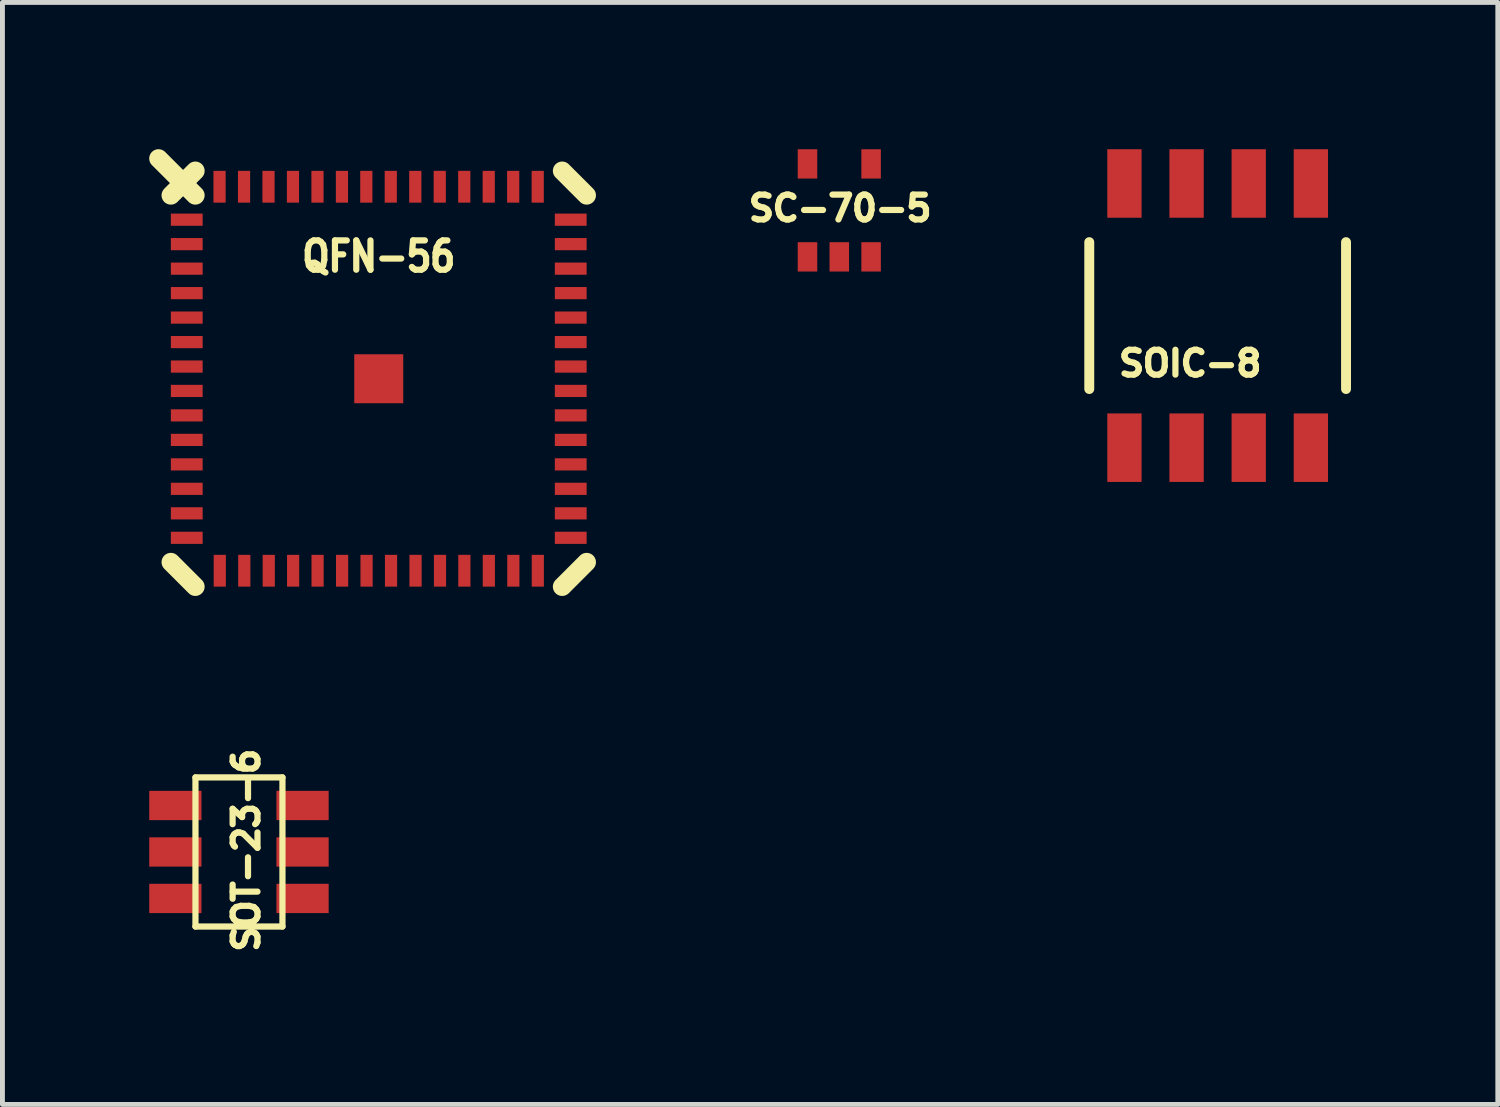
<source format=kicad_pcb>
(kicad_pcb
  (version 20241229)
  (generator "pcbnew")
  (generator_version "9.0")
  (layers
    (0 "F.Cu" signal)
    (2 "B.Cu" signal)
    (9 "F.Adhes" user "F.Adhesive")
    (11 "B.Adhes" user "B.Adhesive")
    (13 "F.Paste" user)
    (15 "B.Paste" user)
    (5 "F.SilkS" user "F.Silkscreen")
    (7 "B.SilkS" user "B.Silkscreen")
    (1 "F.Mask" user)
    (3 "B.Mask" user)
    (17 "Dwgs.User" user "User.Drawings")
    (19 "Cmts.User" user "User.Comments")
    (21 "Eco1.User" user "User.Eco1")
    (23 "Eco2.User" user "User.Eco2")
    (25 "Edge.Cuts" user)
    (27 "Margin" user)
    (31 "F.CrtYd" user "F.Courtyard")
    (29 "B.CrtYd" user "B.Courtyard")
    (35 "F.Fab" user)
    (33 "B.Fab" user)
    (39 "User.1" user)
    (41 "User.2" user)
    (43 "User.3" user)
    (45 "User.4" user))
  (footprint "SOT-23-6"
    (layer "F.Cu")
    (at 1.834 14.363)
    (property "Reference" "SOT-23-6" (at 0.15 -0.036 270) (layer "F.SilkS") (effects (font (size 0.508 0.508) (thickness 0.127))))
    (attr smd)
    (fp_line (start -0.889 -1.524) (end 0.889 -1.524) (stroke (width 0.127) (type solid)) (layer "F.SilkS"))
    (fp_line (start -0.889 1.524) (end -0.889 -1.524) (stroke (width 0.127) (type solid)) (layer "F.SilkS"))
    (fp_line (start 0.889 -1.524) (end 0.889 1.524) (stroke (width 0.127) (type solid)) (layer "F.SilkS"))
    (fp_line (start 0.889 1.524) (end -0.889 1.524) (stroke (width 0.127) (type solid)) (layer "F.SilkS"))
    (pad "1" smd rect (at -1.3 -0.95) (size 1.067 0.599) (layers "F.Cu" "F.Mask" "F.Paste"))
    (pad "2" smd rect (at -1.3 0) (size 1.067 0.599) (layers "F.Cu" "F.Mask" "F.Paste"))
    (pad "3" smd rect (at -1.3 0.95) (size 1.067 0.599) (layers "F.Cu" "F.Mask" "F.Paste"))
    (pad "4" smd rect (at 1.3 0.95) (size 1.067 0.599) (layers "F.Cu" "F.Mask" "F.Paste"))
    (pad "5" smd rect (at 1.3 0) (size 1.067 0.599) (layers "F.Cu" "F.Mask" "F.Paste"))
    (pad "6" smd rect (at 1.3 -0.95) (size 1.067 0.599) (layers "F.Cu" "F.Mask" "F.Paste")))
  (footprint "SC-70-5"
    (layer "F.Cu")
    (at 14.104 1.25)
    (property "Reference" "SC-70-5" (at 0.018 -0.043 0) (layer "F.SilkS") (effects (font (size 0.508 0.508) (thickness 0.127))))
    (attr through_hole)
    (pad "1" smd rect (at -0.65 0.95) (size 0.399 0.599) (layers "F.Cu" "F.Mask" "F.Paste"))
    (pad "2" smd rect (at 0 0.95) (size 0.399 0.599) (layers "F.Cu" "F.Mask" "F.Paste"))
    (pad "3" smd rect (at 0.65 0.95) (size 0.399 0.599) (layers "F.Cu" "F.Mask" "F.Paste"))
    (pad "4" smd rect (at 0.65 -0.95) (size 0.399 0.599) (layers "F.Cu" "F.Mask" "F.Paste"))
    (pad "5" smd rect (at -0.65 -0.95) (size 0.399 0.599) (layers "F.Cu" "F.Mask" "F.Paste")))
  (footprint "SOIC-8"
    (layer "F.Cu")
    (at 21.837 3.4)
    (property "Reference" "SOIC-8" (at -0.561 0.978 0) (layer "F.SilkS") (effects (font (size 0.508 0.508) (thickness 0.127))))
    (attr through_hole)
    (fp_line (start -2.624 -1.501) (end -2.624 1.501) (stroke (width 0.203) (type solid)) (layer "F.SilkS"))
    (fp_line (start 2.624 -1.501) (end 2.624 1.501) (stroke (width 0.203) (type solid)) (layer "F.SilkS"))
    (pad "1" smd rect (at -1.905 2.7) (size 0.701 1.4) (layers "F.Cu" "F.Mask" "F.Paste"))
    (pad "2" smd rect (at -0.635 2.7) (size 0.701 1.4) (layers "F.Cu" "F.Mask" "F.Paste"))
    (pad "3" smd rect (at 0.635 2.7) (size 0.701 1.4) (layers "F.Cu" "F.Mask" "F.Paste"))
    (pad "4" smd rect (at 1.905 2.7) (size 0.701 1.4) (layers "F.Cu" "F.Mask" "F.Paste"))
    (pad "5" smd rect (at 1.905 -2.7) (size 0.701 1.4) (layers "F.Cu" "F.Mask" "F.Paste"))
    (pad "6" smd rect (at 0.635 -2.7) (size 0.701 1.4) (layers "F.Cu" "F.Mask" "F.Paste"))
    (pad "7" smd rect (at -0.635 -2.7) (size 0.701 1.4) (layers "F.Cu" "F.Mask" "F.Paste"))
    (pad "8" smd rect (at -1.905 -2.7) (size 0.701 1.4) (layers "F.Cu" "F.Mask" "F.Paste")))
  (footprint "QFN-56"
    (layer "F.Cu")
    (at 4.691 4.691)
    (property "Reference" "QFN-56" (at 0 -2.499 0) (layer "F.SilkS") (effects (font (size 0.599 0.508) (thickness 0.127))))
    (attr through_hole)
    (fp_line (start -4.249 -3.749) (end -3.749 -4.249) (stroke (width 0.381) (type solid)) (layer "F.SilkS"))
    (fp_line (start -4.249 3.749) (end -3.749 4.249) (stroke (width 0.381) (type solid)) (layer "F.SilkS"))
    (fp_line (start -3.749 -3.749) (end -4.501 -4.501) (stroke (width 0.381) (type solid)) (layer "F.SilkS"))
    (fp_line (start 3.749 -4.249) (end 4.249 -3.749) (stroke (width 0.381) (type solid)) (layer "F.SilkS"))
    (fp_line (start 4.249 3.749) (end 3.749 4.249) (stroke (width 0.381) (type solid)) (layer "F.SilkS"))
    (pad "1" smd rect (at -3.924 -3.251) (size 0.65 0.249) (layers "F.Cu" "F.Mask" "F.Paste"))
    (pad "2" smd rect (at -3.924 -2.751) (size 0.65 0.249) (layers "F.Cu" "F.Mask" "F.Paste"))
    (pad "3" smd rect (at -3.924 -2.25) (size 0.65 0.249) (layers "F.Cu" "F.Mask" "F.Paste"))
    (pad "4" smd rect (at -3.924 -1.75) (size 0.65 0.249) (layers "F.Cu" "F.Mask" "F.Paste"))
    (pad "5" smd rect (at -3.924 -1.25) (size 0.65 0.249) (layers "F.Cu" "F.Mask" "F.Paste"))
    (pad "6" smd rect (at -3.924 -0.749) (size 0.65 0.249) (layers "F.Cu" "F.Mask" "F.Paste"))
    (pad "7" smd rect (at -3.924 -0.249) (size 0.65 0.249) (layers "F.Cu" "F.Mask" "F.Paste"))
    (pad "8" smd rect (at -3.924 0.249) (size 0.65 0.249) (layers "F.Cu" "F.Mask" "F.Paste"))
    (pad "9" smd rect (at -3.924 0.749) (size 0.65 0.249) (layers "F.Cu" "F.Mask" "F.Paste"))
    (pad "10" smd rect (at -3.924 1.25) (size 0.65 0.249) (layers "F.Cu" "F.Mask" "F.Paste"))
    (pad "11" smd rect (at -3.924 1.75) (size 0.65 0.249) (layers "F.Cu" "F.Mask" "F.Paste"))
    (pad "12" smd rect (at -3.924 2.25) (size 0.65 0.249) (layers "F.Cu" "F.Mask" "F.Paste"))
    (pad "13" smd rect (at -3.924 2.751) (size 0.65 0.249) (layers "F.Cu" "F.Mask" "F.Paste"))
    (pad "14" smd rect (at -3.924 3.251) (size 0.65 0.249) (layers "F.Cu" "F.Mask" "F.Paste"))
    (pad "15" smd rect (at -3.249 3.924) (size 0.249 0.65) (layers "F.Cu" "F.Mask" "F.Paste"))
    (pad "16" smd rect (at -2.748 3.924) (size 0.249 0.65) (layers "F.Cu" "F.Mask" "F.Paste"))
    (pad "17" smd rect (at -2.248 3.924) (size 0.249 0.65) (layers "F.Cu" "F.Mask" "F.Paste"))
    (pad "18" smd rect (at -1.75 3.924) (size 0.249 0.65) (layers "F.Cu" "F.Mask" "F.Paste"))
    (pad "19" smd rect (at -1.25 3.924) (size 0.249 0.65) (layers "F.Cu" "F.Mask" "F.Paste"))
    (pad "20" smd rect (at -0.749 3.924) (size 0.249 0.65) (layers "F.Cu" "F.Mask" "F.Paste"))
    (pad "21" smd rect (at -0.249 3.924) (size 0.249 0.65) (layers "F.Cu" "F.Mask" "F.Paste"))
    (pad "22" smd rect (at 0.251 3.924) (size 0.249 0.65) (layers "F.Cu" "F.Mask" "F.Paste"))
    (pad "23" smd rect (at 0.752 3.924) (size 0.249 0.65) (layers "F.Cu" "F.Mask" "F.Paste"))
    (pad "24" smd rect (at 1.252 3.924) (size 0.249 0.65) (layers "F.Cu" "F.Mask" "F.Paste"))
    (pad "25" smd rect (at 1.75 3.924) (size 0.249 0.65) (layers "F.Cu" "F.Mask" "F.Paste"))
    (pad "26" smd rect (at 2.25 3.924) (size 0.249 0.65) (layers "F.Cu" "F.Mask" "F.Paste"))
    (pad "27" smd rect (at 2.751 3.924) (size 0.249 0.65) (layers "F.Cu" "F.Mask" "F.Paste"))
    (pad "28" smd rect (at 3.251 3.924) (size 0.249 0.65) (layers "F.Cu" "F.Mask" "F.Paste"))
    (pad "29" smd rect (at 3.924 3.251) (size 0.65 0.249) (layers "F.Cu" "F.Mask" "F.Paste"))
    (pad "30" smd rect (at 3.924 2.751) (size 0.65 0.249) (layers "F.Cu" "F.Mask" "F.Paste"))
    (pad "31" smd rect (at 3.924 2.25) (size 0.65 0.249) (layers "F.Cu" "F.Mask" "F.Paste"))
    (pad "32" smd rect (at 3.924 1.75) (size 0.65 0.249) (layers "F.Cu" "F.Mask" "F.Paste"))
    (pad "33" smd rect (at 3.924 1.25) (size 0.65 0.249) (layers "F.Cu" "F.Mask" "F.Paste"))
    (pad "34" smd rect (at 3.924 0.749) (size 0.65 0.249) (layers "F.Cu" "F.Mask" "F.Paste"))
    (pad "35" smd rect (at 3.924 0.249) (size 0.65 0.249) (layers "F.Cu" "F.Mask" "F.Paste"))
    (pad "36" smd rect (at 3.924 -0.249) (size 0.65 0.249) (layers "F.Cu" "F.Mask" "F.Paste"))
    (pad "37" smd rect (at 3.924 -0.749) (size 0.65 0.249) (layers "F.Cu" "F.Mask" "F.Paste"))
    (pad "38" smd rect (at 3.924 -1.25) (size 0.65 0.249) (layers "F.Cu" "F.Mask" "F.Paste"))
    (pad "39" smd rect (at 3.924 -1.75) (size 0.65 0.249) (layers "F.Cu" "F.Mask" "F.Paste"))
    (pad "40" smd rect (at 3.924 -2.25) (size 0.65 0.249) (layers "F.Cu" "F.Mask" "F.Paste"))
    (pad "41" smd rect (at 3.924 -2.751) (size 0.65 0.249) (layers "F.Cu" "F.Mask" "F.Paste"))
    (pad "42" smd rect (at 3.924 -3.251) (size 0.65 0.249) (layers "F.Cu" "F.Mask" "F.Paste"))
    (pad "43" smd rect (at 3.249 -3.924) (size 0.249 0.65) (layers "F.Cu" "F.Mask" "F.Paste"))
    (pad "44" smd rect (at 2.748 -3.924) (size 0.249 0.65) (layers "F.Cu" "F.Mask" "F.Paste"))
    (pad "45" smd rect (at 2.248 -3.924) (size 0.249 0.65) (layers "F.Cu" "F.Mask" "F.Paste"))
    (pad "46" smd rect (at 1.748 -3.924) (size 0.249 0.65) (layers "F.Cu" "F.Mask" "F.Paste"))
    (pad "47" smd rect (at 1.247 -3.924) (size 0.249 0.65) (layers "F.Cu" "F.Mask" "F.Paste"))
    (pad "48" smd rect (at 0.747 -3.924) (size 0.249 0.65) (layers "F.Cu" "F.Mask" "F.Paste"))
    (pad "49" smd rect (at 0.246 -3.924) (size 0.249 0.65) (layers "F.Cu" "F.Mask" "F.Paste"))
    (pad "50" smd rect (at -0.254 -3.924) (size 0.249 0.65) (layers "F.Cu" "F.Mask" "F.Paste"))
    (pad "51" smd rect (at -0.752 -3.924) (size 0.249 0.65) (layers "F.Cu" "F.Mask" "F.Paste"))
    (pad "52" smd rect (at -1.252 -3.924) (size 0.249 0.65) (layers "F.Cu" "F.Mask" "F.Paste"))
    (pad "53" smd rect (at -1.753 -3.924) (size 0.249 0.65) (layers "F.Cu" "F.Mask" "F.Paste"))
    (pad "54" smd rect (at -2.253 -3.924) (size 0.249 0.65) (layers "F.Cu" "F.Mask" "F.Paste"))
    (pad "55" smd rect (at -2.753 -3.924) (size 0.249 0.65) (layers "F.Cu" "F.Mask" "F.Paste"))
    (pad "56" smd rect (at -3.254 -3.924) (size 0.249 0.65) (layers "F.Cu" "F.Mask" "F.Paste"))
    (pad "57" smd rect (at 0 0) (size 1.001 1.001) (layers "F.Cu" "F.Mask" "F.Paste")))
  (gr_rect
    (start -3 -3)
    (end 27.563 19.523)
    (stroke (width 0.1) (type default))
    (fill no)
    (layer "Edge.Cuts")))
</source>
